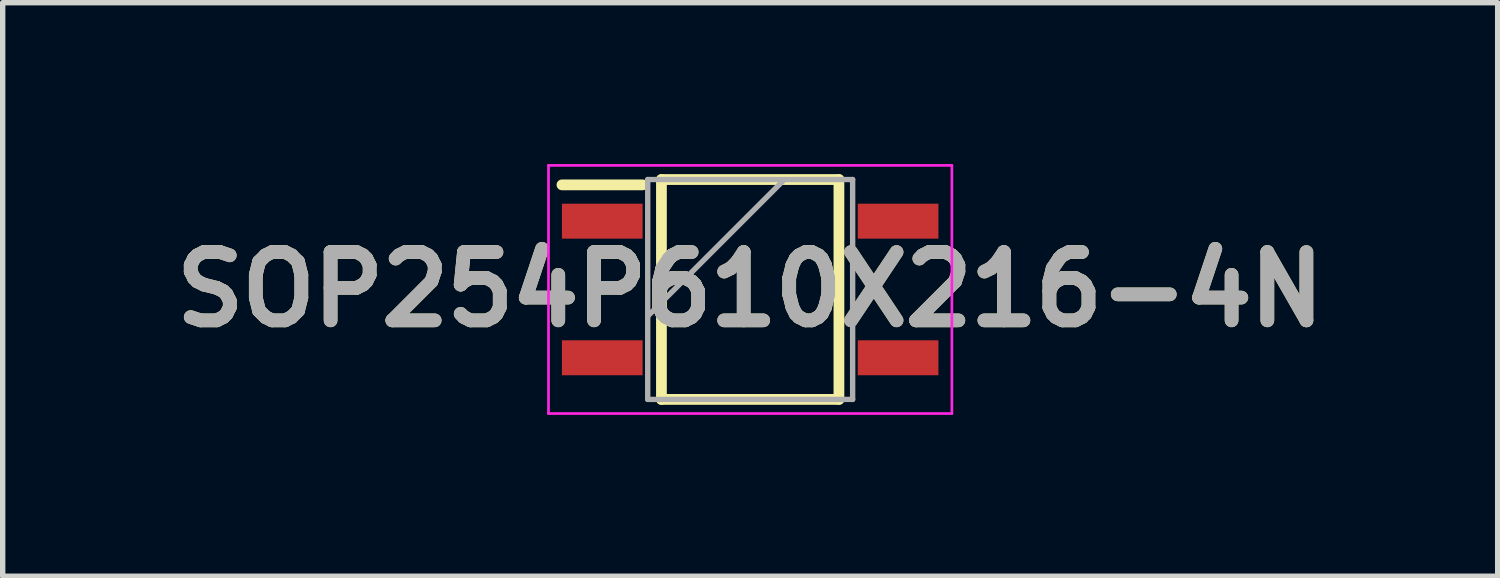
<source format=kicad_pcb>
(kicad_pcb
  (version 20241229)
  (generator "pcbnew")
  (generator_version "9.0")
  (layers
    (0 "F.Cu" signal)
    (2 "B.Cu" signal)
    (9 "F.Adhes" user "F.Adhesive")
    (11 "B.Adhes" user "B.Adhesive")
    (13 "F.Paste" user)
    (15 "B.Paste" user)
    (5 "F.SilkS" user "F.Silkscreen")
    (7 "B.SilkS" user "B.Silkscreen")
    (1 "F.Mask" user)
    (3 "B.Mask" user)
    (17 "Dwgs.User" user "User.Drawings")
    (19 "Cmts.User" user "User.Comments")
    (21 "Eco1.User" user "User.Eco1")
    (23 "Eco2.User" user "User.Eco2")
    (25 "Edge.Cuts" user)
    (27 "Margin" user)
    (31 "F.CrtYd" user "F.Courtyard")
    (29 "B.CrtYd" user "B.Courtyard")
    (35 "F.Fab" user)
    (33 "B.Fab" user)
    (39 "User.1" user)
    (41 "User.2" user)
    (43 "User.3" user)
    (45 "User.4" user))
  (footprint "SOP254P610X216-4N"
    (layer "F.Cu")
    (at 10.898 2.332)
    (property "Reference" "SOP254P610X216-4N" (at 0 0 0) (layer "F.SilkS") (effects (font (size 1.27 1.27) (thickness 0.254))))
    (attr smd)
    (fp_line (start -3.5 -1.945) (end -2 -1.945) (stroke (width 0.2) (type solid)) (layer "F.SilkS"))
    (fp_line (start -1.65 -2.044) (end 1.65 -2.044) (stroke (width 0.2) (type solid)) (layer "F.SilkS"))
    (fp_line (start -1.65 2.044) (end -1.65 -2.044) (stroke (width 0.2) (type solid)) (layer "F.SilkS"))
    (fp_line (start 1.65 -2.044) (end 1.65 2.044) (stroke (width 0.2) (type solid)) (layer "F.SilkS"))
    (fp_line (start 1.65 2.044) (end -1.65 2.044) (stroke (width 0.2) (type solid)) (layer "F.SilkS"))
    (fp_line (start -3.75 -2.307) (end 3.75 -2.307) (stroke (width 0.05) (type solid)) (layer "F.CrtYd"))
    (fp_line (start -3.75 2.307) (end -3.75 -2.307) (stroke (width 0.05) (type solid)) (layer "F.CrtYd"))
    (fp_line (start 3.75 -2.307) (end 3.75 2.307) (stroke (width 0.05) (type solid)) (layer "F.CrtYd"))
    (fp_line (start 3.75 2.307) (end -3.75 2.307) (stroke (width 0.05) (type solid)) (layer "F.CrtYd"))
    (fp_line (start -1.905 -2.044) (end 1.905 -2.044) (stroke (width 0.1) (type solid)) (layer "F.Fab"))
    (fp_line (start -1.905 0.496) (end 0.635 -2.044) (stroke (width 0.1) (type solid)) (layer "F.Fab"))
    (fp_line (start -1.905 2.044) (end -1.905 -2.044) (stroke (width 0.1) (type solid)) (layer "F.Fab"))
    (fp_line (start 1.905 -2.044) (end 1.905 2.044) (stroke (width 0.1) (type solid)) (layer "F.Fab"))
    (fp_line (start 1.905 2.044) (end -1.905 2.044) (stroke (width 0.1) (type solid)) (layer "F.Fab"))
    (fp_text user "${REFERENCE}" (at 0 0 0) (layer "F.Fab") (effects (font (size 1.27 1.27) (thickness 0.254))))
    (pad "1" smd rect (at -2.75 -1.27 90) (size 0.65 1.5) (layers "F.Cu" "F.Mask" "F.Paste"))
    (pad "2" smd rect (at -2.75 1.27 90) (size 0.65 1.5) (layers "F.Cu" "F.Mask" "F.Paste"))
    (pad "3" smd rect (at 2.75 1.27 90) (size 0.65 1.5) (layers "F.Cu" "F.Mask" "F.Paste"))
    (pad "4" smd rect (at 2.75 -1.27 90) (size 0.65 1.5) (layers "F.Cu" "F.Mask" "F.Paste")))
  (gr_rect
    (start -3 -3)
    (end 24.796 7.664)
    (stroke (width 0.1) (type default))
    (fill no)
    (layer "Edge.Cuts")))
</source>
